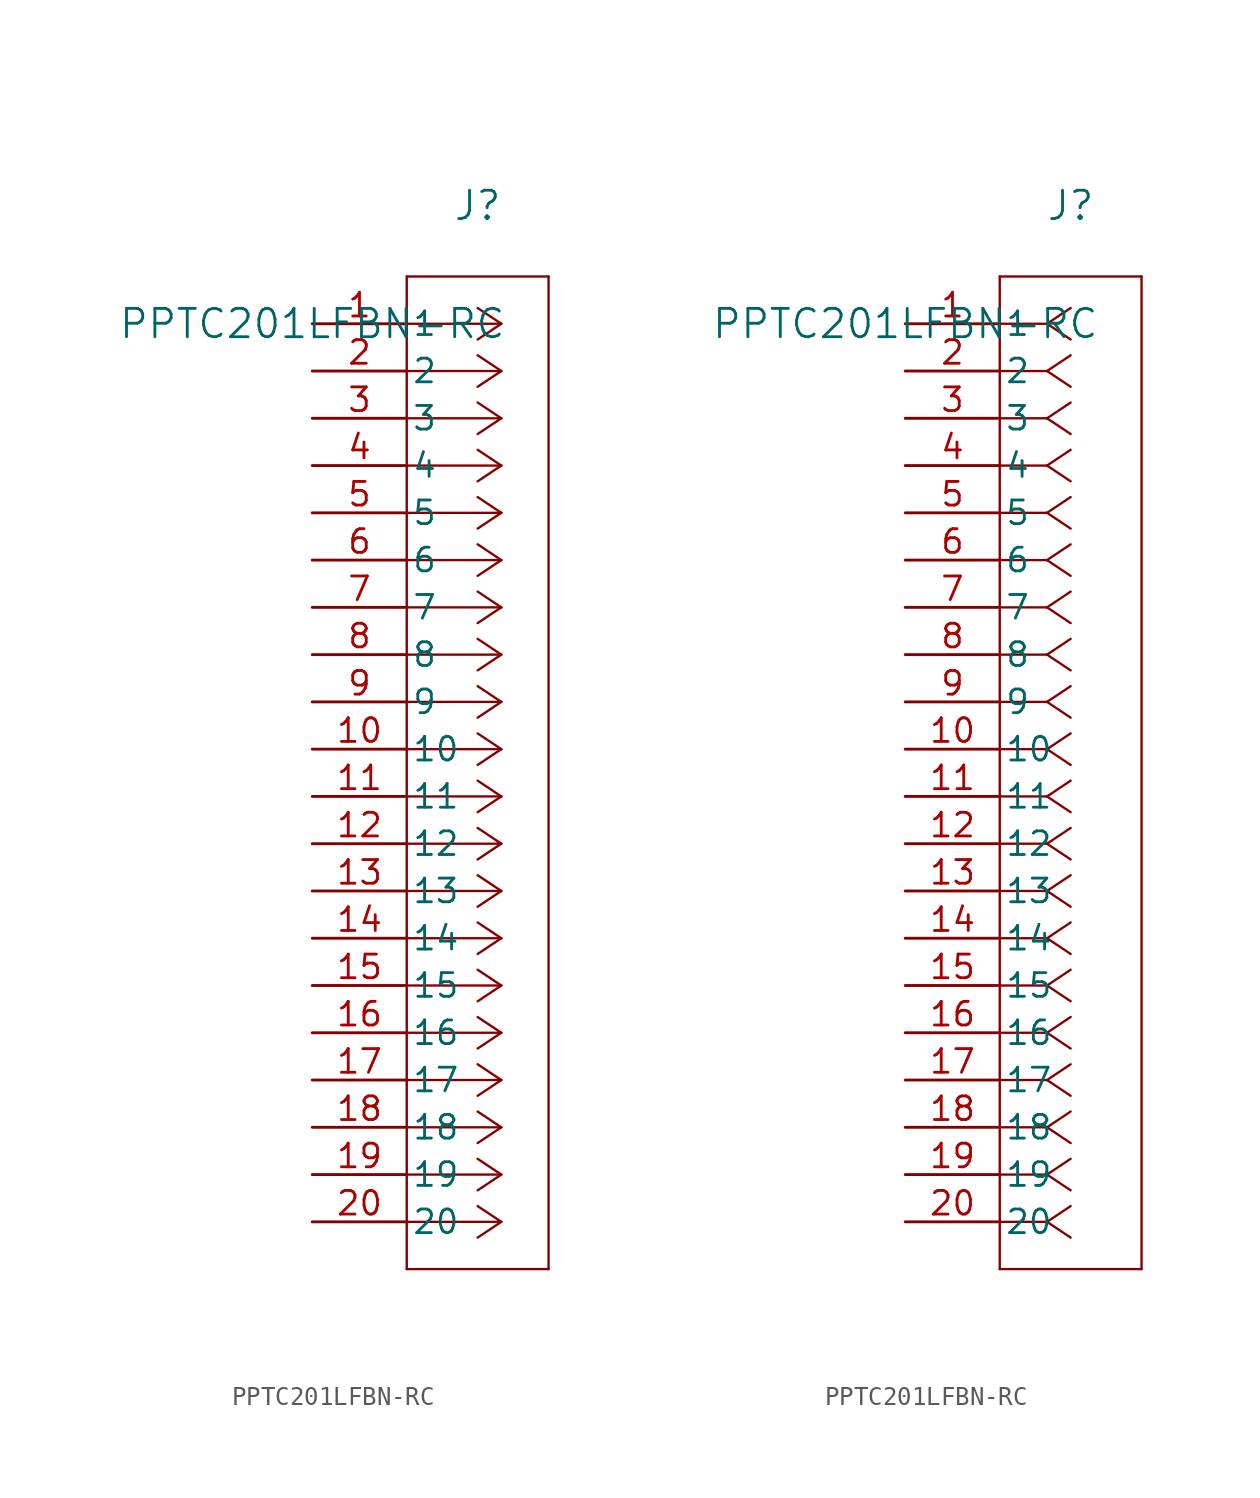
<source format=kicad_sym>
(kicad_symbol_lib
  (version 20211014)
  (generator kicad_symbol_editor)
  (symbol "PPTC201LFBN-RC"
    (pin_names
      (offset 0.254))
    (property "Reference" "J"
      (at 8.89 6.35 0)
      (effects (font (size 1.524 1.524))))
    (property "Value" "PPTC201LFBN-RC"
      (at 0 0 0)
      (effects (font (size 1.524 1.524))))
    (symbol "PPTC201LFBN-RC_1_1"
      (polyline (pts (xy 10.16 0) (xy 5.08 0)) (stroke (width 0.127) (type default) (color 0 0 0 0)) (fill (type none)))
      (polyline (pts (xy 10.16 -2.54) (xy 5.08 -2.54)) (stroke (width 0.127) (type default) (color 0 0 0 0)) (fill (type none)))
      (polyline (pts (xy 10.16 -5.08) (xy 5.08 -5.08)) (stroke (width 0.127) (type default) (color 0 0 0 0)) (fill (type none)))
      (polyline (pts (xy 10.16 -7.62) (xy 5.08 -7.62)) (stroke (width 0.127) (type default) (color 0 0 0 0)) (fill (type none)))
      (polyline (pts (xy 10.16 -10.16) (xy 5.08 -10.16)) (stroke (width 0.127) (type default) (color 0 0 0 0)) (fill (type none)))
      (polyline (pts (xy 10.16 -12.7) (xy 5.08 -12.7)) (stroke (width 0.127) (type default) (color 0 0 0 0)) (fill (type none)))
      (polyline (pts (xy 10.16 -15.24) (xy 5.08 -15.24)) (stroke (width 0.127) (type default) (color 0 0 0 0)) (fill (type none)))
      (polyline (pts (xy 10.16 -17.78) (xy 5.08 -17.78)) (stroke (width 0.127) (type default) (color 0 0 0 0)) (fill (type none)))
      (polyline (pts (xy 10.16 -20.32) (xy 5.08 -20.32)) (stroke (width 0.127) (type default) (color 0 0 0 0)) (fill (type none)))
      (polyline (pts (xy 10.16 -22.86) (xy 5.08 -22.86)) (stroke (width 0.127) (type default) (color 0 0 0 0)) (fill (type none)))
      (polyline (pts (xy 10.16 -25.4) (xy 5.08 -25.4)) (stroke (width 0.127) (type default) (color 0 0 0 0)) (fill (type none)))
      (polyline (pts (xy 10.16 -27.94) (xy 5.08 -27.94)) (stroke (width 0.127) (type default) (color 0 0 0 0)) (fill (type none)))
      (polyline (pts (xy 10.16 -30.48) (xy 5.08 -30.48)) (stroke (width 0.127) (type default) (color 0 0 0 0)) (fill (type none)))
      (polyline (pts (xy 10.16 -33.02) (xy 5.08 -33.02)) (stroke (width 0.127) (type default) (color 0 0 0 0)) (fill (type none)))
      (polyline (pts (xy 10.16 -35.56) (xy 5.08 -35.56)) (stroke (width 0.127) (type default) (color 0 0 0 0)) (fill (type none)))
      (polyline (pts (xy 10.16 -38.1) (xy 5.08 -38.1)) (stroke (width 0.127) (type default) (color 0 0 0 0)) (fill (type none)))
      (polyline (pts (xy 10.16 -40.64) (xy 5.08 -40.64)) (stroke (width 0.127) (type default) (color 0 0 0 0)) (fill (type none)))
      (polyline (pts (xy 10.16 -43.18) (xy 5.08 -43.18)) (stroke (width 0.127) (type default) (color 0 0 0 0)) (fill (type none)))
      (polyline (pts (xy 10.16 -45.72) (xy 5.08 -45.72)) (stroke (width 0.127) (type default) (color 0 0 0 0)) (fill (type none)))
      (polyline (pts (xy 10.16 -48.26) (xy 5.08 -48.26)) (stroke (width 0.127) (type default) (color 0 0 0 0)) (fill (type none)))
      (polyline (pts (xy 10.16 0) (xy 8.89 0.847)) (stroke (width 0.127) (type default) (color 0 0 0 0)) (fill (type none)))
      (polyline (pts (xy 10.16 -2.54) (xy 8.89 -1.693)) (stroke (width 0.127) (type default) (color 0 0 0 0)) (fill (type none)))
      (polyline (pts (xy 10.16 -5.08) (xy 8.89 -4.233)) (stroke (width 0.127) (type default) (color 0 0 0 0)) (fill (type none)))
      (polyline (pts (xy 10.16 -7.62) (xy 8.89 -6.773)) (stroke (width 0.127) (type default) (color 0 0 0 0)) (fill (type none)))
      (polyline (pts (xy 10.16 -10.16) (xy 8.89 -9.313)) (stroke (width 0.127) (type default) (color 0 0 0 0)) (fill (type none)))
      (polyline (pts (xy 10.16 -12.7) (xy 8.89 -11.853)) (stroke (width 0.127) (type default) (color 0 0 0 0)) (fill (type none)))
      (polyline (pts (xy 10.16 -15.24) (xy 8.89 -14.393)) (stroke (width 0.127) (type default) (color 0 0 0 0)) (fill (type none)))
      (polyline (pts (xy 10.16 -17.78) (xy 8.89 -16.933)) (stroke (width 0.127) (type default) (color 0 0 0 0)) (fill (type none)))
      (polyline (pts (xy 10.16 -20.32) (xy 8.89 -19.473)) (stroke (width 0.127) (type default) (color 0 0 0 0)) (fill (type none)))
      (polyline (pts (xy 10.16 -22.86) (xy 8.89 -22.013)) (stroke (width 0.127) (type default) (color 0 0 0 0)) (fill (type none)))
      (polyline (pts (xy 10.16 -25.4) (xy 8.89 -24.553)) (stroke (width 0.127) (type default) (color 0 0 0 0)) (fill (type none)))
      (polyline (pts (xy 10.16 -27.94) (xy 8.89 -27.093)) (stroke (width 0.127) (type default) (color 0 0 0 0)) (fill (type none)))
      (polyline (pts (xy 10.16 -30.48) (xy 8.89 -29.633)) (stroke (width 0.127) (type default) (color 0 0 0 0)) (fill (type none)))
      (polyline (pts (xy 10.16 -33.02) (xy 8.89 -32.173)) (stroke (width 0.127) (type default) (color 0 0 0 0)) (fill (type none)))
      (polyline (pts (xy 10.16 -35.56) (xy 8.89 -34.713)) (stroke (width 0.127) (type default) (color 0 0 0 0)) (fill (type none)))
      (polyline (pts (xy 10.16 -38.1) (xy 8.89 -37.253)) (stroke (width 0.127) (type default) (color 0 0 0 0)) (fill (type none)))
      (polyline (pts (xy 10.16 -40.64) (xy 8.89 -39.793)) (stroke (width 0.127) (type default) (color 0 0 0 0)) (fill (type none)))
      (polyline (pts (xy 10.16 -43.18) (xy 8.89 -42.333)) (stroke (width 0.127) (type default) (color 0 0 0 0)) (fill (type none)))
      (polyline (pts (xy 10.16 -45.72) (xy 8.89 -44.873)) (stroke (width 0.127) (type default) (color 0 0 0 0)) (fill (type none)))
      (polyline (pts (xy 10.16 -48.26) (xy 8.89 -47.413)) (stroke (width 0.127) (type default) (color 0 0 0 0)) (fill (type none)))
      (polyline (pts (xy 10.16 0) (xy 8.89 -0.847)) (stroke (width 0.127) (type default) (color 0 0 0 0)) (fill (type none)))
      (polyline (pts (xy 10.16 -2.54) (xy 8.89 -3.387)) (stroke (width 0.127) (type default) (color 0 0 0 0)) (fill (type none)))
      (polyline (pts (xy 10.16 -5.08) (xy 8.89 -5.927)) (stroke (width 0.127) (type default) (color 0 0 0 0)) (fill (type none)))
      (polyline (pts (xy 10.16 -7.62) (xy 8.89 -8.467)) (stroke (width 0.127) (type default) (color 0 0 0 0)) (fill (type none)))
      (polyline (pts (xy 10.16 -10.16) (xy 8.89 -11.007)) (stroke (width 0.127) (type default) (color 0 0 0 0)) (fill (type none)))
      (polyline (pts (xy 10.16 -12.7) (xy 8.89 -13.547)) (stroke (width 0.127) (type default) (color 0 0 0 0)) (fill (type none)))
      (polyline (pts (xy 10.16 -15.24) (xy 8.89 -16.087)) (stroke (width 0.127) (type default) (color 0 0 0 0)) (fill (type none)))
      (polyline (pts (xy 10.16 -17.78) (xy 8.89 -18.627)) (stroke (width 0.127) (type default) (color 0 0 0 0)) (fill (type none)))
      (polyline (pts (xy 10.16 -20.32) (xy 8.89 -21.167)) (stroke (width 0.127) (type default) (color 0 0 0 0)) (fill (type none)))
      (polyline (pts (xy 10.16 -22.86) (xy 8.89 -23.707)) (stroke (width 0.127) (type default) (color 0 0 0 0)) (fill (type none)))
      (polyline (pts (xy 10.16 -25.4) (xy 8.89 -26.247)) (stroke (width 0.127) (type default) (color 0 0 0 0)) (fill (type none)))
      (polyline (pts (xy 10.16 -27.94) (xy 8.89 -28.787)) (stroke (width 0.127) (type default) (color 0 0 0 0)) (fill (type none)))
      (polyline (pts (xy 10.16 -30.48) (xy 8.89 -31.327)) (stroke (width 0.127) (type default) (color 0 0 0 0)) (fill (type none)))
      (polyline (pts (xy 10.16 -33.02) (xy 8.89 -33.867)) (stroke (width 0.127) (type default) (color 0 0 0 0)) (fill (type none)))
      (polyline (pts (xy 10.16 -35.56) (xy 8.89 -36.407)) (stroke (width 0.127) (type default) (color 0 0 0 0)) (fill (type none)))
      (polyline (pts (xy 10.16 -38.1) (xy 8.89 -38.947)) (stroke (width 0.127) (type default) (color 0 0 0 0)) (fill (type none)))
      (polyline (pts (xy 10.16 -40.64) (xy 8.89 -41.487)) (stroke (width 0.127) (type default) (color 0 0 0 0)) (fill (type none)))
      (polyline (pts (xy 10.16 -43.18) (xy 8.89 -44.027)) (stroke (width 0.127) (type default) (color 0 0 0 0)) (fill (type none)))
      (polyline (pts (xy 10.16 -45.72) (xy 8.89 -46.567)) (stroke (width 0.127) (type default) (color 0 0 0 0)) (fill (type none)))
      (polyline (pts (xy 10.16 -48.26) (xy 8.89 -49.107)) (stroke (width 0.127) (type default) (color 0 0 0 0)) (fill (type none)))
      (polyline (pts (xy 5.08 2.54) (xy 5.08 -50.8)) (stroke (width 0.127) (type default) (color 0 0 0 0)) (fill (type none)))
      (polyline (pts (xy 5.08 -50.8) (xy 12.7 -50.8)) (stroke (width 0.127) (type default) (color 0 0 0 0)) (fill (type none)))
      (polyline (pts (xy 12.7 -50.8) (xy 12.7 2.54)) (stroke (width 0.127) (type default) (color 0 0 0 0)) (fill (type none)))
      (polyline (pts (xy 12.7 2.54) (xy 5.08 2.54)) (stroke (width 0.127) (type default) (color 0 0 0 0)) (fill (type none)))
      (pin unspecified line (at 0 0 0) (length 5.08) (name "1" (effects (font (size 1.27 1.27)))) (number "1" (effects (font (size 1.27 1.27)))))
      (pin unspecified line (at 0 -2.54 0) (length 5.08) (name "2" (effects (font (size 1.27 1.27)))) (number "2" (effects (font (size 1.27 1.27)))))
      (pin unspecified line (at 0 -5.08 0) (length 5.08) (name "3" (effects (font (size 1.27 1.27)))) (number "3" (effects (font (size 1.27 1.27)))))
      (pin unspecified line (at 0 -7.62 0) (length 5.08) (name "4" (effects (font (size 1.27 1.27)))) (number "4" (effects (font (size 1.27 1.27)))))
      (pin unspecified line (at 0 -10.16 0) (length 5.08) (name "5" (effects (font (size 1.27 1.27)))) (number "5" (effects (font (size 1.27 1.27)))))
      (pin unspecified line (at 0 -12.7 0) (length 5.08) (name "6" (effects (font (size 1.27 1.27)))) (number "6" (effects (font (size 1.27 1.27)))))
      (pin unspecified line (at 0 -15.24 0) (length 5.08) (name "7" (effects (font (size 1.27 1.27)))) (number "7" (effects (font (size 1.27 1.27)))))
      (pin unspecified line (at 0 -17.78 0) (length 5.08) (name "8" (effects (font (size 1.27 1.27)))) (number "8" (effects (font (size 1.27 1.27)))))
      (pin unspecified line (at 0 -20.32 0) (length 5.08) (name "9" (effects (font (size 1.27 1.27)))) (number "9" (effects (font (size 1.27 1.27)))))
      (pin unspecified line (at 0 -22.86 0) (length 5.08) (name "10" (effects (font (size 1.27 1.27)))) (number "10" (effects (font (size 1.27 1.27)))))
      (pin unspecified line (at 0 -25.4 0) (length 5.08) (name "11" (effects (font (size 1.27 1.27)))) (number "11" (effects (font (size 1.27 1.27)))))
      (pin unspecified line (at 0 -27.94 0) (length 5.08) (name "12" (effects (font (size 1.27 1.27)))) (number "12" (effects (font (size 1.27 1.27)))))
      (pin unspecified line (at 0 -30.48 0) (length 5.08) (name "13" (effects (font (size 1.27 1.27)))) (number "13" (effects (font (size 1.27 1.27)))))
      (pin unspecified line (at 0 -33.02 0) (length 5.08) (name "14" (effects (font (size 1.27 1.27)))) (number "14" (effects (font (size 1.27 1.27)))))
      (pin unspecified line (at 0 -35.56 0) (length 5.08) (name "15" (effects (font (size 1.27 1.27)))) (number "15" (effects (font (size 1.27 1.27)))))
      (pin unspecified line (at 0 -38.1 0) (length 5.08) (name "16" (effects (font (size 1.27 1.27)))) (number "16" (effects (font (size 1.27 1.27)))))
      (pin unspecified line (at 0 -40.64 0) (length 5.08) (name "17" (effects (font (size 1.27 1.27)))) (number "17" (effects (font (size 1.27 1.27)))))
      (pin unspecified line (at 0 -43.18 0) (length 5.08) (name "18" (effects (font (size 1.27 1.27)))) (number "18" (effects (font (size 1.27 1.27)))))
      (pin unspecified line (at 0 -45.72 0) (length 5.08) (name "19" (effects (font (size 1.27 1.27)))) (number "19" (effects (font (size 1.27 1.27)))))
      (pin unspecified line (at 0 -48.26 0) (length 5.08) (name "20" (effects (font (size 1.27 1.27)))) (number "20" (effects (font (size 1.27 1.27))))))
    (symbol "PPTC201LFBN-RC_1_2"
      (polyline (pts (xy 7.62 0) (xy 5.08 0)) (stroke (width 0.127) (type default) (color 0 0 0 0)) (fill (type none)))
      (polyline (pts (xy 7.62 -2.54) (xy 5.08 -2.54)) (stroke (width 0.127) (type default) (color 0 0 0 0)) (fill (type none)))
      (polyline (pts (xy 7.62 -5.08) (xy 5.08 -5.08)) (stroke (width 0.127) (type default) (color 0 0 0 0)) (fill (type none)))
      (polyline (pts (xy 7.62 -7.62) (xy 5.08 -7.62)) (stroke (width 0.127) (type default) (color 0 0 0 0)) (fill (type none)))
      (polyline (pts (xy 7.62 -10.16) (xy 5.08 -10.16)) (stroke (width 0.127) (type default) (color 0 0 0 0)) (fill (type none)))
      (polyline (pts (xy 7.62 -12.7) (xy 5.08 -12.7)) (stroke (width 0.127) (type default) (color 0 0 0 0)) (fill (type none)))
      (polyline (pts (xy 7.62 -15.24) (xy 5.08 -15.24)) (stroke (width 0.127) (type default) (color 0 0 0 0)) (fill (type none)))
      (polyline (pts (xy 7.62 -17.78) (xy 5.08 -17.78)) (stroke (width 0.127) (type default) (color 0 0 0 0)) (fill (type none)))
      (polyline (pts (xy 7.62 -20.32) (xy 5.08 -20.32)) (stroke (width 0.127) (type default) (color 0 0 0 0)) (fill (type none)))
      (polyline (pts (xy 7.62 -22.86) (xy 5.08 -22.86)) (stroke (width 0.127) (type default) (color 0 0 0 0)) (fill (type none)))
      (polyline (pts (xy 7.62 -25.4) (xy 5.08 -25.4)) (stroke (width 0.127) (type default) (color 0 0 0 0)) (fill (type none)))
      (polyline (pts (xy 7.62 -27.94) (xy 5.08 -27.94)) (stroke (width 0.127) (type default) (color 0 0 0 0)) (fill (type none)))
      (polyline (pts (xy 7.62 -30.48) (xy 5.08 -30.48)) (stroke (width 0.127) (type default) (color 0 0 0 0)) (fill (type none)))
      (polyline (pts (xy 7.62 -33.02) (xy 5.08 -33.02)) (stroke (width 0.127) (type default) (color 0 0 0 0)) (fill (type none)))
      (polyline (pts (xy 7.62 -35.56) (xy 5.08 -35.56)) (stroke (width 0.127) (type default) (color 0 0 0 0)) (fill (type none)))
      (polyline (pts (xy 7.62 -38.1) (xy 5.08 -38.1)) (stroke (width 0.127) (type default) (color 0 0 0 0)) (fill (type none)))
      (polyline (pts (xy 7.62 -40.64) (xy 5.08 -40.64)) (stroke (width 0.127) (type default) (color 0 0 0 0)) (fill (type none)))
      (polyline (pts (xy 7.62 -43.18) (xy 5.08 -43.18)) (stroke (width 0.127) (type default) (color 0 0 0 0)) (fill (type none)))
      (polyline (pts (xy 7.62 -45.72) (xy 5.08 -45.72)) (stroke (width 0.127) (type default) (color 0 0 0 0)) (fill (type none)))
      (polyline (pts (xy 7.62 -48.26) (xy 5.08 -48.26)) (stroke (width 0.127) (type default) (color 0 0 0 0)) (fill (type none)))
      (polyline (pts (xy 7.62 0) (xy 8.89 0.847)) (stroke (width 0.127) (type default) (color 0 0 0 0)) (fill (type none)))
      (polyline (pts (xy 7.62 -2.54) (xy 8.89 -1.693)) (stroke (width 0.127) (type default) (color 0 0 0 0)) (fill (type none)))
      (polyline (pts (xy 7.62 -5.08) (xy 8.89 -4.233)) (stroke (width 0.127) (type default) (color 0 0 0 0)) (fill (type none)))
      (polyline (pts (xy 7.62 -7.62) (xy 8.89 -6.773)) (stroke (width 0.127) (type default) (color 0 0 0 0)) (fill (type none)))
      (polyline (pts (xy 7.62 -10.16) (xy 8.89 -9.313)) (stroke (width 0.127) (type default) (color 0 0 0 0)) (fill (type none)))
      (polyline (pts (xy 7.62 -12.7) (xy 8.89 -11.853)) (stroke (width 0.127) (type default) (color 0 0 0 0)) (fill (type none)))
      (polyline (pts (xy 7.62 -15.24) (xy 8.89 -14.393)) (stroke (width 0.127) (type default) (color 0 0 0 0)) (fill (type none)))
      (polyline (pts (xy 7.62 -17.78) (xy 8.89 -16.933)) (stroke (width 0.127) (type default) (color 0 0 0 0)) (fill (type none)))
      (polyline (pts (xy 7.62 -20.32) (xy 8.89 -19.473)) (stroke (width 0.127) (type default) (color 0 0 0 0)) (fill (type none)))
      (polyline (pts (xy 7.62 -22.86) (xy 8.89 -22.013)) (stroke (width 0.127) (type default) (color 0 0 0 0)) (fill (type none)))
      (polyline (pts (xy 7.62 -25.4) (xy 8.89 -24.553)) (stroke (width 0.127) (type default) (color 0 0 0 0)) (fill (type none)))
      (polyline (pts (xy 7.62 -27.94) (xy 8.89 -27.093)) (stroke (width 0.127) (type default) (color 0 0 0 0)) (fill (type none)))
      (polyline (pts (xy 7.62 -30.48) (xy 8.89 -29.633)) (stroke (width 0.127) (type default) (color 0 0 0 0)) (fill (type none)))
      (polyline (pts (xy 7.62 -33.02) (xy 8.89 -32.173)) (stroke (width 0.127) (type default) (color 0 0 0 0)) (fill (type none)))
      (polyline (pts (xy 7.62 -35.56) (xy 8.89 -34.713)) (stroke (width 0.127) (type default) (color 0 0 0 0)) (fill (type none)))
      (polyline (pts (xy 7.62 -38.1) (xy 8.89 -37.253)) (stroke (width 0.127) (type default) (color 0 0 0 0)) (fill (type none)))
      (polyline (pts (xy 7.62 -40.64) (xy 8.89 -39.793)) (stroke (width 0.127) (type default) (color 0 0 0 0)) (fill (type none)))
      (polyline (pts (xy 7.62 -43.18) (xy 8.89 -42.333)) (stroke (width 0.127) (type default) (color 0 0 0 0)) (fill (type none)))
      (polyline (pts (xy 7.62 -45.72) (xy 8.89 -44.873)) (stroke (width 0.127) (type default) (color 0 0 0 0)) (fill (type none)))
      (polyline (pts (xy 7.62 -48.26) (xy 8.89 -47.413)) (stroke (width 0.127) (type default) (color 0 0 0 0)) (fill (type none)))
      (polyline (pts (xy 7.62 0) (xy 8.89 -0.847)) (stroke (width 0.127) (type default) (color 0 0 0 0)) (fill (type none)))
      (polyline (pts (xy 7.62 -2.54) (xy 8.89 -3.387)) (stroke (width 0.127) (type default) (color 0 0 0 0)) (fill (type none)))
      (polyline (pts (xy 7.62 -5.08) (xy 8.89 -5.927)) (stroke (width 0.127) (type default) (color 0 0 0 0)) (fill (type none)))
      (polyline (pts (xy 7.62 -7.62) (xy 8.89 -8.467)) (stroke (width 0.127) (type default) (color 0 0 0 0)) (fill (type none)))
      (polyline (pts (xy 7.62 -10.16) (xy 8.89 -11.007)) (stroke (width 0.127) (type default) (color 0 0 0 0)) (fill (type none)))
      (polyline (pts (xy 7.62 -12.7) (xy 8.89 -13.547)) (stroke (width 0.127) (type default) (color 0 0 0 0)) (fill (type none)))
      (polyline (pts (xy 7.62 -15.24) (xy 8.89 -16.087)) (stroke (width 0.127) (type default) (color 0 0 0 0)) (fill (type none)))
      (polyline (pts (xy 7.62 -17.78) (xy 8.89 -18.627)) (stroke (width 0.127) (type default) (color 0 0 0 0)) (fill (type none)))
      (polyline (pts (xy 7.62 -20.32) (xy 8.89 -21.167)) (stroke (width 0.127) (type default) (color 0 0 0 0)) (fill (type none)))
      (polyline (pts (xy 7.62 -22.86) (xy 8.89 -23.707)) (stroke (width 0.127) (type default) (color 0 0 0 0)) (fill (type none)))
      (polyline (pts (xy 7.62 -25.4) (xy 8.89 -26.247)) (stroke (width 0.127) (type default) (color 0 0 0 0)) (fill (type none)))
      (polyline (pts (xy 7.62 -27.94) (xy 8.89 -28.787)) (stroke (width 0.127) (type default) (color 0 0 0 0)) (fill (type none)))
      (polyline (pts (xy 7.62 -30.48) (xy 8.89 -31.327)) (stroke (width 0.127) (type default) (color 0 0 0 0)) (fill (type none)))
      (polyline (pts (xy 7.62 -33.02) (xy 8.89 -33.867)) (stroke (width 0.127) (type default) (color 0 0 0 0)) (fill (type none)))
      (polyline (pts (xy 7.62 -35.56) (xy 8.89 -36.407)) (stroke (width 0.127) (type default) (color 0 0 0 0)) (fill (type none)))
      (polyline (pts (xy 7.62 -38.1) (xy 8.89 -38.947)) (stroke (width 0.127) (type default) (color 0 0 0 0)) (fill (type none)))
      (polyline (pts (xy 7.62 -40.64) (xy 8.89 -41.487)) (stroke (width 0.127) (type default) (color 0 0 0 0)) (fill (type none)))
      (polyline (pts (xy 7.62 -43.18) (xy 8.89 -44.027)) (stroke (width 0.127) (type default) (color 0 0 0 0)) (fill (type none)))
      (polyline (pts (xy 7.62 -45.72) (xy 8.89 -46.567)) (stroke (width 0.127) (type default) (color 0 0 0 0)) (fill (type none)))
      (polyline (pts (xy 7.62 -48.26) (xy 8.89 -49.107)) (stroke (width 0.127) (type default) (color 0 0 0 0)) (fill (type none)))
      (polyline (pts (xy 5.08 2.54) (xy 5.08 -50.8)) (stroke (width 0.127) (type default) (color 0 0 0 0)) (fill (type none)))
      (polyline (pts (xy 5.08 -50.8) (xy 12.7 -50.8)) (stroke (width 0.127) (type default) (color 0 0 0 0)) (fill (type none)))
      (polyline (pts (xy 12.7 -50.8) (xy 12.7 2.54)) (stroke (width 0.127) (type default) (color 0 0 0 0)) (fill (type none)))
      (polyline (pts (xy 12.7 2.54) (xy 5.08 2.54)) (stroke (width 0.127) (type default) (color 0 0 0 0)) (fill (type none)))
      (pin unspecified line (at 0 0 0) (length 5.08) (name "1" (effects (font (size 1.27 1.27)))) (number "1" (effects (font (size 1.27 1.27)))))
      (pin unspecified line (at 0 -2.54 0) (length 5.08) (name "2" (effects (font (size 1.27 1.27)))) (number "2" (effects (font (size 1.27 1.27)))))
      (pin unspecified line (at 0 -5.08 0) (length 5.08) (name "3" (effects (font (size 1.27 1.27)))) (number "3" (effects (font (size 1.27 1.27)))))
      (pin unspecified line (at 0 -7.62 0) (length 5.08) (name "4" (effects (font (size 1.27 1.27)))) (number "4" (effects (font (size 1.27 1.27)))))
      (pin unspecified line (at 0 -10.16 0) (length 5.08) (name "5" (effects (font (size 1.27 1.27)))) (number "5" (effects (font (size 1.27 1.27)))))
      (pin unspecified line (at 0 -12.7 0) (length 5.08) (name "6" (effects (font (size 1.27 1.27)))) (number "6" (effects (font (size 1.27 1.27)))))
      (pin unspecified line (at 0 -15.24 0) (length 5.08) (name "7" (effects (font (size 1.27 1.27)))) (number "7" (effects (font (size 1.27 1.27)))))
      (pin unspecified line (at 0 -17.78 0) (length 5.08) (name "8" (effects (font (size 1.27 1.27)))) (number "8" (effects (font (size 1.27 1.27)))))
      (pin unspecified line (at 0 -20.32 0) (length 5.08) (name "9" (effects (font (size 1.27 1.27)))) (number "9" (effects (font (size 1.27 1.27)))))
      (pin unspecified line (at 0 -22.86 0) (length 5.08) (name "10" (effects (font (size 1.27 1.27)))) (number "10" (effects (font (size 1.27 1.27)))))
      (pin unspecified line (at 0 -25.4 0) (length 5.08) (name "11" (effects (font (size 1.27 1.27)))) (number "11" (effects (font (size 1.27 1.27)))))
      (pin unspecified line (at 0 -27.94 0) (length 5.08) (name "12" (effects (font (size 1.27 1.27)))) (number "12" (effects (font (size 1.27 1.27)))))
      (pin unspecified line (at 0 -30.48 0) (length 5.08) (name "13" (effects (font (size 1.27 1.27)))) (number "13" (effects (font (size 1.27 1.27)))))
      (pin unspecified line (at 0 -33.02 0) (length 5.08) (name "14" (effects (font (size 1.27 1.27)))) (number "14" (effects (font (size 1.27 1.27)))))
      (pin unspecified line (at 0 -35.56 0) (length 5.08) (name "15" (effects (font (size 1.27 1.27)))) (number "15" (effects (font (size 1.27 1.27)))))
      (pin unspecified line (at 0 -38.1 0) (length 5.08) (name "16" (effects (font (size 1.27 1.27)))) (number "16" (effects (font (size 1.27 1.27)))))
      (pin unspecified line (at 0 -40.64 0) (length 5.08) (name "17" (effects (font (size 1.27 1.27)))) (number "17" (effects (font (size 1.27 1.27)))))
      (pin unspecified line (at 0 -43.18 0) (length 5.08) (name "18" (effects (font (size 1.27 1.27)))) (number "18" (effects (font (size 1.27 1.27)))))
      (pin unspecified line (at 0 -45.72 0) (length 5.08) (name "19" (effects (font (size 1.27 1.27)))) (number "19" (effects (font (size 1.27 1.27)))))
      (pin unspecified line (at 0 -48.26 0) (length 5.08) (name "20" (effects (font (size 1.27 1.27)))) (number "20" (effects (font (size 1.27 1.27))))))))
</source>
